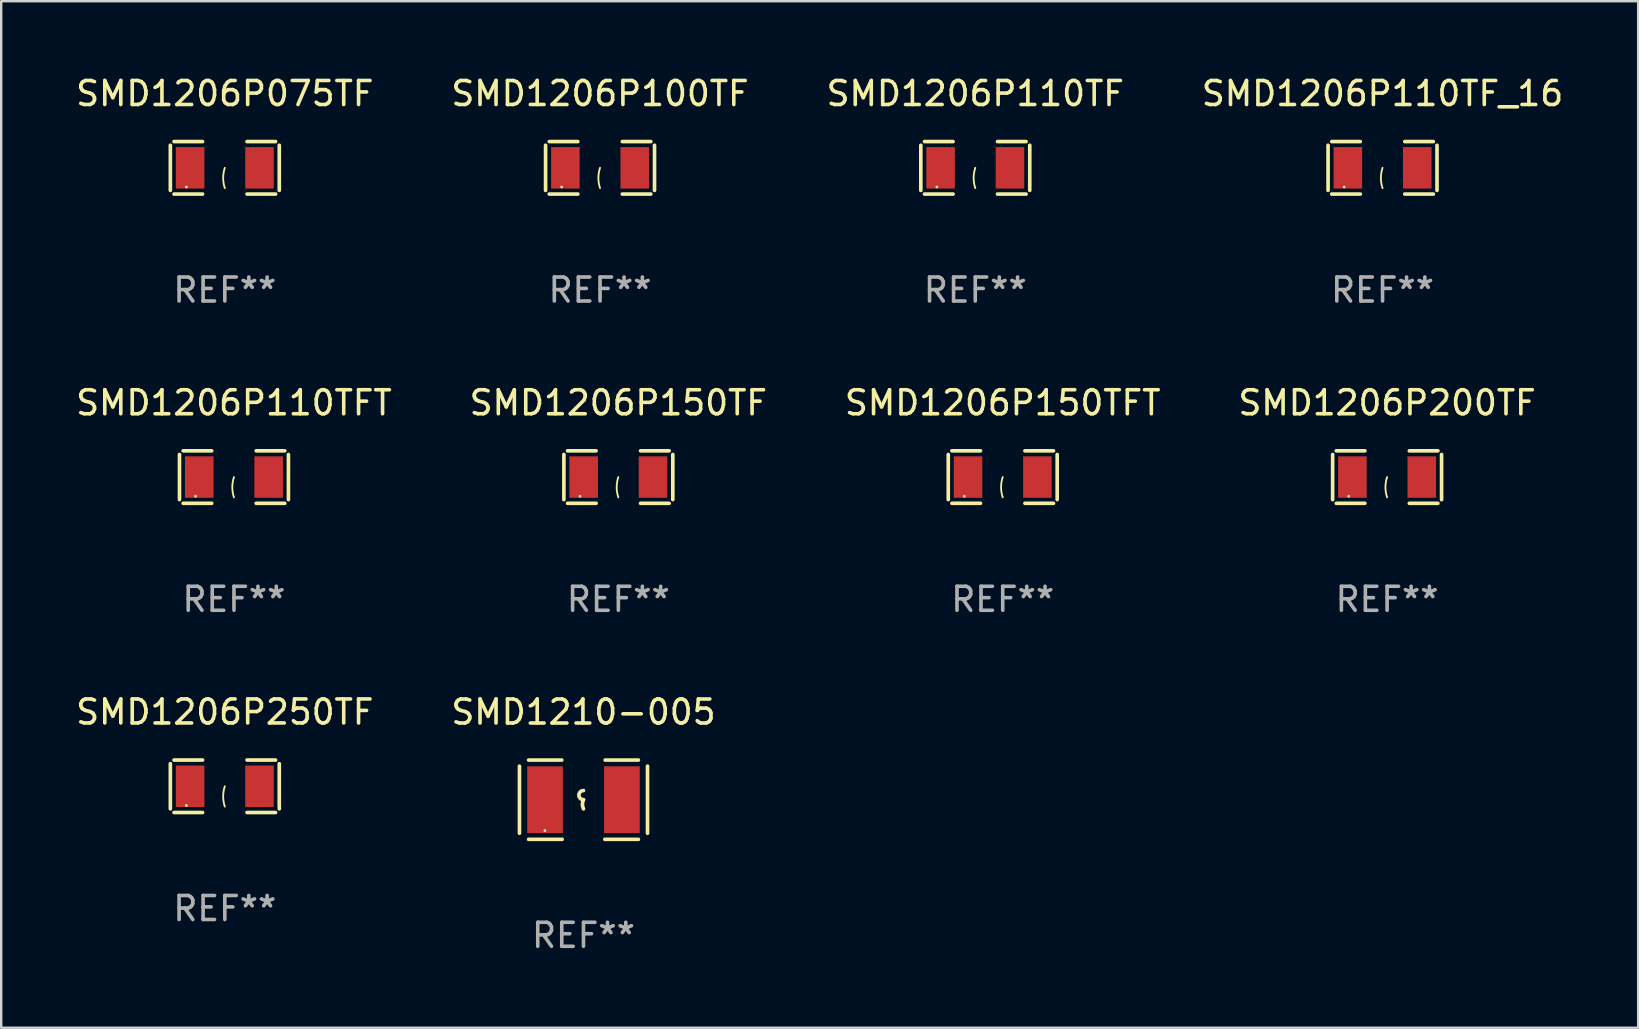
<source format=kicad_pcb>
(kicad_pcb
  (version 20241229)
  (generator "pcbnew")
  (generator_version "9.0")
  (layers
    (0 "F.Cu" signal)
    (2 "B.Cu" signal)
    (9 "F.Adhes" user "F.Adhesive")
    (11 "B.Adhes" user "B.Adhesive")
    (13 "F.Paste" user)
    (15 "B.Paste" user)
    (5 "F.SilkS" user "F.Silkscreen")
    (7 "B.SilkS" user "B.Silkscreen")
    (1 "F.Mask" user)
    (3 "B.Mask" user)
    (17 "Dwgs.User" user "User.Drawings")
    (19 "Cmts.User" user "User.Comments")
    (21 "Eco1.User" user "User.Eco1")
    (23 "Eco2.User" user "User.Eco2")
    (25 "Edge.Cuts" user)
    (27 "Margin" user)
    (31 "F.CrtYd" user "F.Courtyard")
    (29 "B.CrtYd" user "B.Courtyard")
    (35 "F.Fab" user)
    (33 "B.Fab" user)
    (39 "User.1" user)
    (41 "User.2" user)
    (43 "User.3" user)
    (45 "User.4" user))
  (footprint "SMD1206P110TFT"
    (layer "F.Cu")
    (at 6.696 16.823)
    (property "Reference" "SMD1206P110TFT" (at 0 -3.093 0) (layer "F.SilkS") (effects (font (size 1 1) (thickness 0.15))))
    (attr through_hole)
    (fp_line (start -2.269 -0.94) (end -2.269 0.94) (stroke (width 0.152) (type solid)) (layer "F.SilkS"))
    (fp_line (start -2.116 1.093) (end -0.926 1.093) (stroke (width 0.152) (type solid)) (layer "F.SilkS"))
    (fp_line (start -0.926 -1.093) (end -2.116 -1.093) (stroke (width 0.152) (type solid)) (layer "F.SilkS"))
    (fp_line (start 0.926 -1.093) (end 2.116 -1.093) (stroke (width 0.152) (type solid)) (layer "F.SilkS"))
    (fp_line (start 2.116 1.093) (end 0.926 1.093) (stroke (width 0.152) (type solid)) (layer "F.SilkS"))
    (fp_line (start 2.269 -0.94) (end 2.269 0.94) (stroke (width 0.152) (type solid)) (layer "F.SilkS"))
    (fp_arc (start 0 0.844951) (mid -0.068559 0.422475) (end 0 0) (stroke (width 0.0762) (type solid)) (layer "F.SilkS"))
    (fp_circle (center -1.6 0.8) (end -1.57 0.8) (stroke (width 0.06) (type solid)) (fill no) (layer "F.SilkS"))
    (fp_text user "REF**" (at 0 5.093 0) (layer "F.Fab") (effects (font (size 1 1) (thickness 0.15))))
    (pad "1" smd rect (at -1.445 0) (size 1.19 1.728) (layers "F.Cu" "F.Mask" "F.Paste"))
    (pad "2" smd rect (at 1.445 0) (size 1.19 1.728) (layers "F.Cu" "F.Mask" "F.Paste")))
  (footprint "SMD1206P110TF"
    (layer "F.Cu")
    (at 37.577 3.941)
    (property "Reference" "SMD1206P110TF" (at 0 -3.093 0) (layer "F.SilkS") (effects (font (size 1 1) (thickness 0.15))))
    (attr through_hole)
    (fp_line (start -2.269 -0.94) (end -2.269 0.94) (stroke (width 0.152) (type solid)) (layer "F.SilkS"))
    (fp_line (start -2.116 1.093) (end -0.926 1.093) (stroke (width 0.152) (type solid)) (layer "F.SilkS"))
    (fp_line (start -0.926 -1.093) (end -2.116 -1.093) (stroke (width 0.152) (type solid)) (layer "F.SilkS"))
    (fp_line (start 0.926 -1.093) (end 2.116 -1.093) (stroke (width 0.152) (type solid)) (layer "F.SilkS"))
    (fp_line (start 2.116 1.093) (end 0.926 1.093) (stroke (width 0.152) (type solid)) (layer "F.SilkS"))
    (fp_line (start 2.269 -0.94) (end 2.269 0.94) (stroke (width 0.152) (type solid)) (layer "F.SilkS"))
    (fp_arc (start 0 0.844951) (mid -0.068559 0.422475) (end 0 0) (stroke (width 0.0762) (type solid)) (layer "F.SilkS"))
    (fp_circle (center -1.6 0.8) (end -1.57 0.8) (stroke (width 0.06) (type solid)) (fill no) (layer "F.SilkS"))
    (fp_text user "REF**" (at 0 5.093 0) (layer "F.Fab") (effects (font (size 1 1) (thickness 0.15))))
    (pad "1" smd rect (at -1.445 0) (size 1.19 1.728) (layers "F.Cu" "F.Mask" "F.Paste"))
    (pad "2" smd rect (at 1.445 0) (size 1.19 1.728) (layers "F.Cu" "F.Mask" "F.Paste")))
  (footprint "SMD1206P110TF_16"
    (layer "F.Cu")
    (at 54.542 3.941)
    (property "Reference" "SMD1206P110TF_16" (at 0 -3.093 0) (layer "F.SilkS") (effects (font (size 1 1) (thickness 0.15))))
    (attr through_hole)
    (fp_line (start -2.269 -0.94) (end -2.269 0.94) (stroke (width 0.152) (type solid)) (layer "F.SilkS"))
    (fp_line (start -2.116 1.093) (end -0.926 1.093) (stroke (width 0.152) (type solid)) (layer "F.SilkS"))
    (fp_line (start -0.926 -1.093) (end -2.116 -1.093) (stroke (width 0.152) (type solid)) (layer "F.SilkS"))
    (fp_line (start 0.926 -1.093) (end 2.116 -1.093) (stroke (width 0.152) (type solid)) (layer "F.SilkS"))
    (fp_line (start 2.116 1.093) (end 0.926 1.093) (stroke (width 0.152) (type solid)) (layer "F.SilkS"))
    (fp_line (start 2.269 -0.94) (end 2.269 0.94) (stroke (width 0.152) (type solid)) (layer "F.SilkS"))
    (fp_arc (start 0 0.844951) (mid -0.068559 0.422475) (end 0 0) (stroke (width 0.0762) (type solid)) (layer "F.SilkS"))
    (fp_circle (center -1.6 0.8) (end -1.57 0.8) (stroke (width 0.06) (type solid)) (fill no) (layer "F.SilkS"))
    (fp_text user "REF**" (at 0 5.093 0) (layer "F.Fab") (effects (font (size 1 1) (thickness 0.15))))
    (pad "1" smd rect (at -1.445 0) (size 1.19 1.728) (layers "F.Cu" "F.Mask" "F.Paste"))
    (pad "2" smd rect (at 1.445 0) (size 1.19 1.728) (layers "F.Cu" "F.Mask" "F.Paste")))
  (footprint "SMD1206P150TF"
    (layer "F.Cu")
    (at 22.708 16.823)
    (property "Reference" "SMD1206P150TF" (at 0 -3.093 0) (layer "F.SilkS") (effects (font (size 1 1) (thickness 0.15))))
    (attr through_hole)
    (fp_line (start -2.269 -0.94) (end -2.269 0.94) (stroke (width 0.152) (type solid)) (layer "F.SilkS"))
    (fp_line (start -2.116 1.093) (end -0.926 1.093) (stroke (width 0.152) (type solid)) (layer "F.SilkS"))
    (fp_line (start -0.926 -1.093) (end -2.116 -1.093) (stroke (width 0.152) (type solid)) (layer "F.SilkS"))
    (fp_line (start 0.926 -1.093) (end 2.116 -1.093) (stroke (width 0.152) (type solid)) (layer "F.SilkS"))
    (fp_line (start 2.116 1.093) (end 0.926 1.093) (stroke (width 0.152) (type solid)) (layer "F.SilkS"))
    (fp_line (start 2.269 -0.94) (end 2.269 0.94) (stroke (width 0.152) (type solid)) (layer "F.SilkS"))
    (fp_arc (start 0 0.844951) (mid -0.068559 0.422475) (end 0 0) (stroke (width 0.0762) (type solid)) (layer "F.SilkS"))
    (fp_circle (center -1.6 0.8) (end -1.57 0.8) (stroke (width 0.06) (type solid)) (fill no) (layer "F.SilkS"))
    (fp_text user "REF**" (at 0 5.093 0) (layer "F.Fab") (effects (font (size 1 1) (thickness 0.15))))
    (pad "1" smd rect (at -1.445 0) (size 1.19 1.728) (layers "F.Cu" "F.Mask" "F.Paste"))
    (pad "2" smd rect (at 1.445 0) (size 1.19 1.728) (layers "F.Cu" "F.Mask" "F.Paste")))
  (footprint "SMD1206P100TF"
    (layer "F.Cu")
    (at 21.946 3.941)
    (property "Reference" "SMD1206P100TF" (at 0 -3.093 0) (layer "F.SilkS") (effects (font (size 1 1) (thickness 0.15))))
    (attr through_hole)
    (fp_line (start -2.269 -0.94) (end -2.269 0.94) (stroke (width 0.152) (type solid)) (layer "F.SilkS"))
    (fp_line (start -2.116 1.093) (end -0.926 1.093) (stroke (width 0.152) (type solid)) (layer "F.SilkS"))
    (fp_line (start -0.926 -1.093) (end -2.116 -1.093) (stroke (width 0.152) (type solid)) (layer "F.SilkS"))
    (fp_line (start 0.926 -1.093) (end 2.116 -1.093) (stroke (width 0.152) (type solid)) (layer "F.SilkS"))
    (fp_line (start 2.116 1.093) (end 0.926 1.093) (stroke (width 0.152) (type solid)) (layer "F.SilkS"))
    (fp_line (start 2.269 -0.94) (end 2.269 0.94) (stroke (width 0.152) (type solid)) (layer "F.SilkS"))
    (fp_arc (start 0 0.844951) (mid -0.068559 0.422475) (end 0 0) (stroke (width 0.0762) (type solid)) (layer "F.SilkS"))
    (fp_circle (center -1.6 0.8) (end -1.57 0.8) (stroke (width 0.06) (type solid)) (fill no) (layer "F.SilkS"))
    (fp_text user "REF**" (at 0 5.093 0) (layer "F.Fab") (effects (font (size 1 1) (thickness 0.15))))
    (pad "1" smd rect (at -1.445 0) (size 1.19 1.728) (layers "F.Cu" "F.Mask" "F.Paste"))
    (pad "2" smd rect (at 1.445 0) (size 1.19 1.728) (layers "F.Cu" "F.Mask" "F.Paste")))
  (footprint "SMD1206P250TF"
    (layer "F.Cu")
    (at 6.315 29.704)
    (property "Reference" "SMD1206P250TF" (at 0 -3.093 0) (layer "F.SilkS") (effects (font (size 1 1) (thickness 0.15))))
    (attr through_hole)
    (fp_line (start -2.269 -0.94) (end -2.269 0.94) (stroke (width 0.152) (type solid)) (layer "F.SilkS"))
    (fp_line (start -2.116 1.093) (end -0.926 1.093) (stroke (width 0.152) (type solid)) (layer "F.SilkS"))
    (fp_line (start -0.926 -1.093) (end -2.116 -1.093) (stroke (width 0.152) (type solid)) (layer "F.SilkS"))
    (fp_line (start 0.926 -1.093) (end 2.116 -1.093) (stroke (width 0.152) (type solid)) (layer "F.SilkS"))
    (fp_line (start 2.116 1.093) (end 0.926 1.093) (stroke (width 0.152) (type solid)) (layer "F.SilkS"))
    (fp_line (start 2.269 -0.94) (end 2.269 0.94) (stroke (width 0.152) (type solid)) (layer "F.SilkS"))
    (fp_arc (start 0 0.844951) (mid -0.068559 0.422475) (end 0 0) (stroke (width 0.0762) (type solid)) (layer "F.SilkS"))
    (fp_circle (center -1.6 0.8) (end -1.57 0.8) (stroke (width 0.06) (type solid)) (fill no) (layer "F.SilkS"))
    (fp_text user "REF**" (at 0 5.093 0) (layer "F.Fab") (effects (font (size 1 1) (thickness 0.15))))
    (pad "1" smd rect (at -1.445 0) (size 1.19 1.728) (layers "F.Cu" "F.Mask" "F.Paste"))
    (pad "2" smd rect (at 1.445 0) (size 1.19 1.728) (layers "F.Cu" "F.Mask" "F.Paste")))
  (footprint "SMD1210-005"
    (layer "F.Cu")
    (at 21.256 30.263)
    (property "Reference" "SMD1210-005" (at 0 -3.651 0) (layer "F.SilkS") (effects (font (size 1 1) (thickness 0.15))))
    (attr through_hole)
    (fp_line (start -2.667 -1.397) (end -2.667 1.397) (stroke (width 0.152) (type solid)) (layer "F.SilkS"))
    (fp_line (start -2.286 -1.651) (end -0.903 -1.651) (stroke (width 0.152) (type solid)) (layer "F.SilkS"))
    (fp_line (start -0.889 1.651) (end -2.286 1.651) (stroke (width 0.152) (type solid)) (layer "F.SilkS"))
    (fp_line (start 0.889 1.651) (end 2.286 1.651) (stroke (width 0.152) (type solid)) (layer "F.SilkS"))
    (fp_line (start 2.286 -1.651) (end 0.903 -1.651) (stroke (width 0.152) (type solid)) (layer "F.SilkS"))
    (fp_line (start 2.667 -1.397) (end 2.667 1.397) (stroke (width 0.152) (type solid)) (layer "F.SilkS"))
    (fp_arc (start 0 0) (mid -0.1905 -0.1905) (end 0 -0.381) (stroke (width 0.151994) (type solid)) (layer "F.SilkS"))
    (fp_arc (start 0 0.381001) (mid -0.044971 0.1905) (end 0 0) (stroke (width 0.151994) (type solid)) (layer "F.SilkS"))
    (fp_circle (center -1.608 1.288) (end -1.578 1.288) (stroke (width 0.06) (type solid)) (fill no) (layer "F.SilkS"))
    (fp_text user "REF**" (at 0 5.651 0) (layer "F.Fab") (effects (font (size 1 1) (thickness 0.15))))
    (pad "1" smd rect (at -1.6 0) (size 1.485 2.781) (layers "F.Cu" "F.Mask" "F.Paste"))
    (pad "2" smd rect (at 1.6 0) (size 1.485 2.781) (layers "F.Cu" "F.Mask" "F.Paste")))
  (footprint "SMD1206P150TFT"
    (layer "F.Cu")
    (at 38.72 16.823)
    (property "Reference" "SMD1206P150TFT" (at 0 -3.093 0) (layer "F.SilkS") (effects (font (size 1 1) (thickness 0.15))))
    (attr through_hole)
    (fp_line (start -2.269 -0.94) (end -2.269 0.94) (stroke (width 0.152) (type solid)) (layer "F.SilkS"))
    (fp_line (start -2.116 1.093) (end -0.926 1.093) (stroke (width 0.152) (type solid)) (layer "F.SilkS"))
    (fp_line (start -0.926 -1.093) (end -2.116 -1.093) (stroke (width 0.152) (type solid)) (layer "F.SilkS"))
    (fp_line (start 0.926 -1.093) (end 2.116 -1.093) (stroke (width 0.152) (type solid)) (layer "F.SilkS"))
    (fp_line (start 2.116 1.093) (end 0.926 1.093) (stroke (width 0.152) (type solid)) (layer "F.SilkS"))
    (fp_line (start 2.269 -0.94) (end 2.269 0.94) (stroke (width 0.152) (type solid)) (layer "F.SilkS"))
    (fp_arc (start 0 0.844951) (mid -0.068559 0.422475) (end 0 0) (stroke (width 0.0762) (type solid)) (layer "F.SilkS"))
    (fp_circle (center -1.6 0.8) (end -1.57 0.8) (stroke (width 0.06) (type solid)) (fill no) (layer "F.SilkS"))
    (fp_text user "REF**" (at 0 5.093 0) (layer "F.Fab") (effects (font (size 1 1) (thickness 0.15))))
    (pad "1" smd rect (at -1.445 0) (size 1.19 1.728) (layers "F.Cu" "F.Mask" "F.Paste"))
    (pad "2" smd rect (at 1.445 0) (size 1.19 1.728) (layers "F.Cu" "F.Mask" "F.Paste")))
  (footprint "SMD1206P075TF"
    (layer "F.Cu")
    (at 6.315 3.941)
    (property "Reference" "SMD1206P075TF" (at 0 -3.093 0) (layer "F.SilkS") (effects (font (size 1 1) (thickness 0.15))))
    (attr through_hole)
    (fp_line (start -2.269 -0.94) (end -2.269 0.94) (stroke (width 0.152) (type solid)) (layer "F.SilkS"))
    (fp_line (start -2.116 1.093) (end -0.926 1.093) (stroke (width 0.152) (type solid)) (layer "F.SilkS"))
    (fp_line (start -0.926 -1.093) (end -2.116 -1.093) (stroke (width 0.152) (type solid)) (layer "F.SilkS"))
    (fp_line (start 0.926 -1.093) (end 2.116 -1.093) (stroke (width 0.152) (type solid)) (layer "F.SilkS"))
    (fp_line (start 2.116 1.093) (end 0.926 1.093) (stroke (width 0.152) (type solid)) (layer "F.SilkS"))
    (fp_line (start 2.269 -0.94) (end 2.269 0.94) (stroke (width 0.152) (type solid)) (layer "F.SilkS"))
    (fp_arc (start 0 0.844951) (mid -0.068559 0.422475) (end 0 0) (stroke (width 0.0762) (type solid)) (layer "F.SilkS"))
    (fp_circle (center -1.6 0.8) (end -1.57 0.8) (stroke (width 0.06) (type solid)) (fill no) (layer "F.SilkS"))
    (fp_text user "REF**" (at 0 5.093 0) (layer "F.Fab") (effects (font (size 1 1) (thickness 0.15))))
    (pad "1" smd rect (at -1.445 0) (size 1.19 1.728) (layers "F.Cu" "F.Mask" "F.Paste"))
    (pad "2" smd rect (at 1.445 0) (size 1.19 1.728) (layers "F.Cu" "F.Mask" "F.Paste")))
  (footprint "SMD1206P200TF"
    (layer "F.Cu")
    (at 54.732 16.823)
    (property "Reference" "SMD1206P200TF" (at 0 -3.093 0) (layer "F.SilkS") (effects (font (size 1 1) (thickness 0.15))))
    (attr through_hole)
    (fp_line (start -2.269 -0.94) (end -2.269 0.94) (stroke (width 0.152) (type solid)) (layer "F.SilkS"))
    (fp_line (start -2.116 1.093) (end -0.926 1.093) (stroke (width 0.152) (type solid)) (layer "F.SilkS"))
    (fp_line (start -0.926 -1.093) (end -2.116 -1.093) (stroke (width 0.152) (type solid)) (layer "F.SilkS"))
    (fp_line (start 0.926 -1.093) (end 2.116 -1.093) (stroke (width 0.152) (type solid)) (layer "F.SilkS"))
    (fp_line (start 2.116 1.093) (end 0.926 1.093) (stroke (width 0.152) (type solid)) (layer "F.SilkS"))
    (fp_line (start 2.269 -0.94) (end 2.269 0.94) (stroke (width 0.152) (type solid)) (layer "F.SilkS"))
    (fp_arc (start 0 0.844951) (mid -0.068559 0.422475) (end 0 0) (stroke (width 0.0762) (type solid)) (layer "F.SilkS"))
    (fp_circle (center -1.6 0.8) (end -1.57 0.8) (stroke (width 0.06) (type solid)) (fill no) (layer "F.SilkS"))
    (fp_text user "REF**" (at 0 5.093 0) (layer "F.Fab") (effects (font (size 1 1) (thickness 0.15))))
    (pad "1" smd rect (at -1.445 0) (size 1.19 1.728) (layers "F.Cu" "F.Mask" "F.Paste"))
    (pad "2" smd rect (at 1.445 0) (size 1.19 1.728) (layers "F.Cu" "F.Mask" "F.Paste")))
  (gr_rect
    (start -3 -3)
    (end 65.19 39.762)
    (stroke (width 0.1) (type default))
    (fill no)
    (layer "Edge.Cuts")))
</source>
